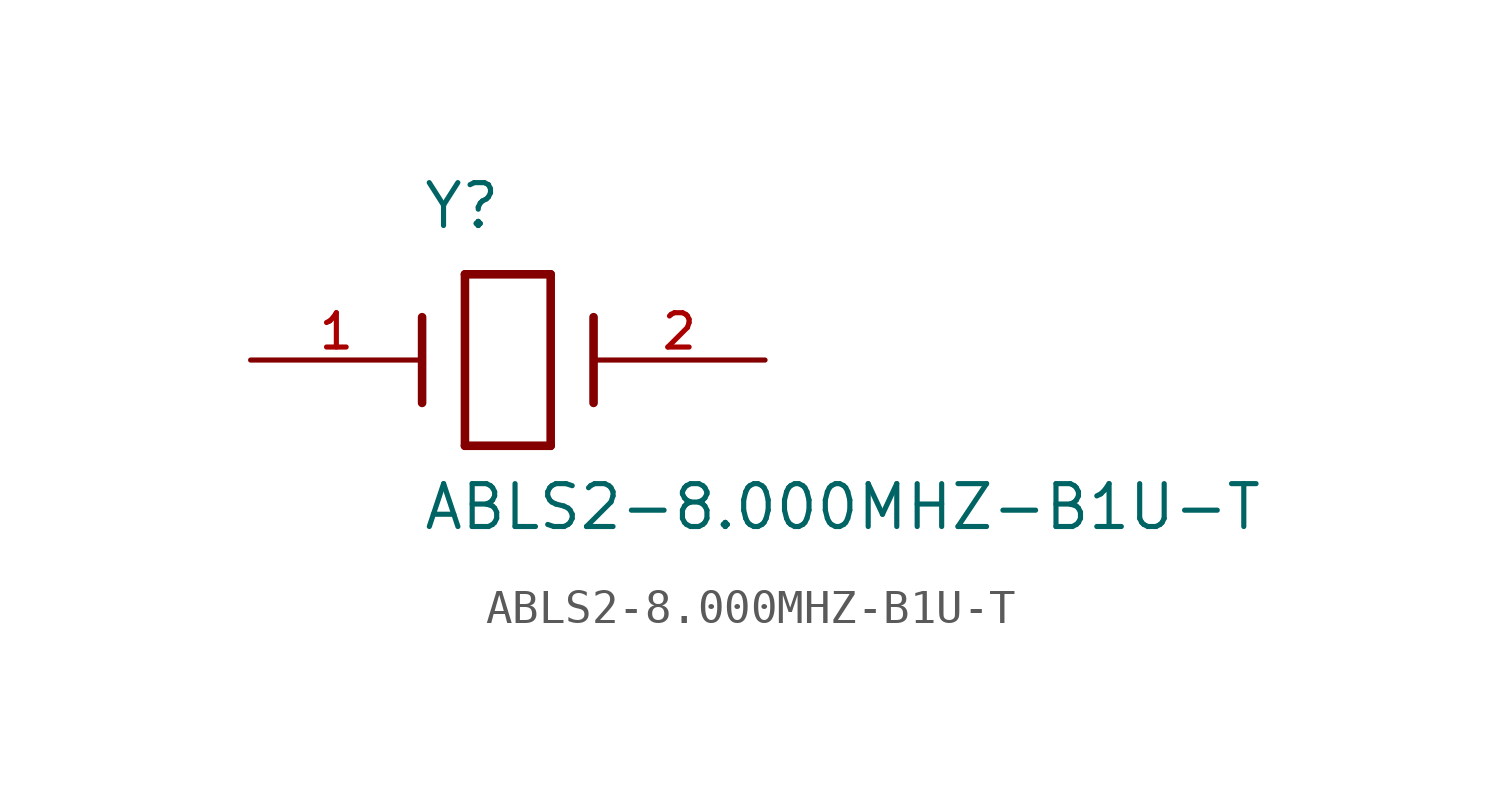
<source format=kicad_sym>
(kicad_symbol_lib
  (version 20211014)
  (generator kicad_symbol_editor)
  (symbol "ABLS2-8.000MHZ-B1U-T"
    (pin_names
      (offset 1.016))
    (property "Reference" "Y"
      (at -2.549 3.823 0)
      (effects (font (size 1.27 1.27)) (justify bottom left)))
    (property "Value" "ABLS2-8.000MHZ-B1U-T"
      (at -2.547 -5.095 0)
      (effects (font (size 1.27 1.27)) (justify bottom left)))
    (symbol "ABLS2-8.000MHZ-B1U-T_0_0"
      (polyline (pts (xy -1.27 2.54) (xy 1.27 2.54)) (stroke (width 0.254)))
      (polyline (pts (xy 1.27 2.54) (xy 1.27 -2.54)) (stroke (width 0.254)))
      (polyline (pts (xy 1.27 -2.54) (xy -1.27 -2.54)) (stroke (width 0.254)))
      (polyline (pts (xy -1.27 -2.54) (xy -1.27 2.54)) (stroke (width 0.254)))
      (polyline (pts (xy -2.54 1.27) (xy -2.54 -1.27)) (stroke (width 0.254)))
      (polyline (pts (xy 2.54 1.27) (xy 2.54 -1.27)) (stroke (width 0.254)))
      (pin passive line (at -7.62 0.0 0) (length 5.08) (name "~" (effects (font (size 1.016 1.016)))) (number "1" (effects (font (size 1.016 1.016)))))
      (pin passive line (at 7.62 0.0 180.0) (length 5.08) (name "~" (effects (font (size 1.016 1.016)))) (number "2" (effects (font (size 1.016 1.016))))))))
</source>
